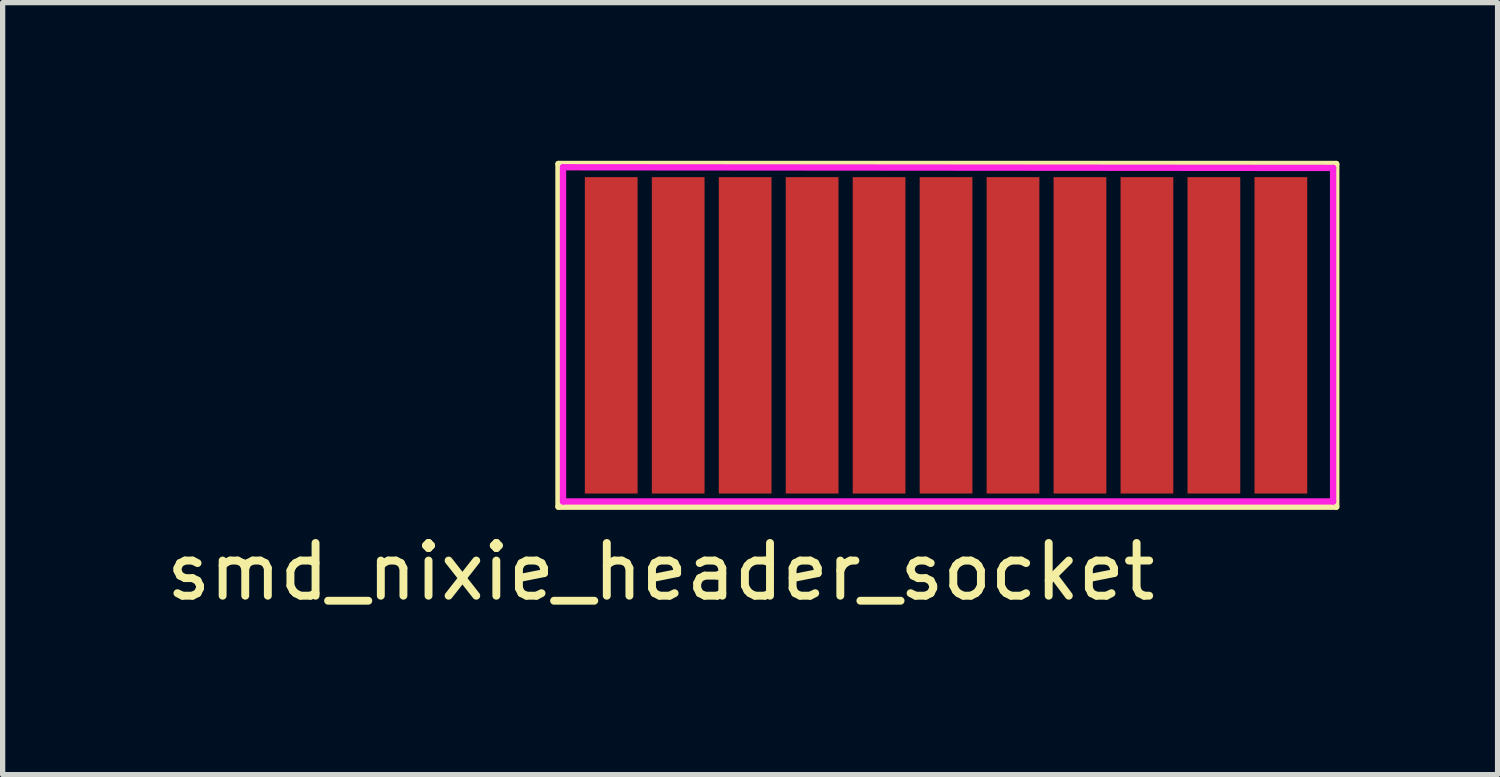
<source format=kicad_pcb>
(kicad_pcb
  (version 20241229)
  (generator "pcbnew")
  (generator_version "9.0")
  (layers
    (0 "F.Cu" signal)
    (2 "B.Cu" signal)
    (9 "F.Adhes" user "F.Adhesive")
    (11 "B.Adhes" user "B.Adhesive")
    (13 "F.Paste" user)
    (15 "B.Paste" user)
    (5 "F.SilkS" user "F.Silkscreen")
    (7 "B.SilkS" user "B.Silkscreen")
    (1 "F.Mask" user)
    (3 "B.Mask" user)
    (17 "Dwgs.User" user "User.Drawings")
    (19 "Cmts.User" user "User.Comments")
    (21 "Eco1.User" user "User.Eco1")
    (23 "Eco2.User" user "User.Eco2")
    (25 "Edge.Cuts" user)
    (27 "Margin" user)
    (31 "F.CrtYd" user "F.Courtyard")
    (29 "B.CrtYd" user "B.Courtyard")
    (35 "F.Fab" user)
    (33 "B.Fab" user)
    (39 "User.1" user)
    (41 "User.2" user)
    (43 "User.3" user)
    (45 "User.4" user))
  (footprint "smd_nixie_header_socket"
    (layer "F.Cu")
    (at 8.542 3.31)
    (property "Reference" "smd_nixie_header_socket" (at 0.94 4.483 0) (layer "F.SilkS") (effects (font (size 1 1) (thickness 0.15))))
    (attr through_hole)
    (fp_line (start -1 3.25) (end -1 -3.25) (stroke (width 0.12) (type solid)) (layer "F.SilkS"))
    (fp_line (start -1 3.25) (end 13.75 3.25) (stroke (width 0.12) (type solid)) (layer "F.SilkS"))
    (fp_line (start 13.75 -3.25) (end -1 -3.25) (stroke (width 0.12) (type solid)) (layer "F.SilkS"))
    (fp_line (start 13.75 3.25) (end 13.75 -3.25) (stroke (width 0.12) (type solid)) (layer "F.SilkS"))
    (fp_line (start -0.914 -3.188) (end 13.691 -3.175) (stroke (width 0.12) (type solid)) (layer "F.CrtYd"))
    (fp_line (start -0.914 3.15) (end -0.914 -3.188) (stroke (width 0.12) (type solid)) (layer "F.CrtYd"))
    (fp_line (start 13.691 -3.175) (end 13.691 3.15) (stroke (width 0.12) (type solid)) (layer "F.CrtYd"))
    (fp_line (start 13.691 3.15) (end -0.914 3.15) (stroke (width 0.12) (type solid)) (layer "F.CrtYd"))
    (pad "1" smd rect (at 0 0) (size 1 6) (layers "F.Cu" "F.Mask" "F.Paste"))
    (pad "2" smd rect (at 1.27 0) (size 1 6) (layers "F.Cu" "F.Mask" "F.Paste"))
    (pad "3" smd rect (at 2.54 0) (size 1 6) (layers "F.Cu" "F.Mask" "F.Paste"))
    (pad "4" smd rect (at 3.81 0) (size 1 6) (layers "F.Cu" "F.Mask" "F.Paste"))
    (pad "5" smd rect (at 5.08 0) (size 1 6) (layers "F.Cu" "F.Mask" "F.Paste"))
    (pad "6" smd rect (at 6.35 0) (size 1 6) (layers "F.Cu" "F.Mask" "F.Paste"))
    (pad "7" smd rect (at 7.62 0) (size 1 6) (layers "F.Cu" "F.Mask" "F.Paste"))
    (pad "8" smd rect (at 8.89 0) (size 1 6) (layers "F.Cu" "F.Mask" "F.Paste"))
    (pad "9" smd rect (at 10.16 0) (size 1 6) (layers "F.Cu" "F.Mask" "F.Paste"))
    (pad "10" smd rect (at 11.43 0) (size 1 6) (layers "F.Cu" "F.Mask" "F.Paste"))
    (pad "11" smd rect (at 12.7 0) (size 1 6) (layers "F.Cu" "F.Mask" "F.Paste")))
  (gr_rect
    (start -3 -3)
    (end 25.352 11.641)
    (stroke (width 0.1) (type default))
    (fill no)
    (layer "Edge.Cuts")))
</source>
